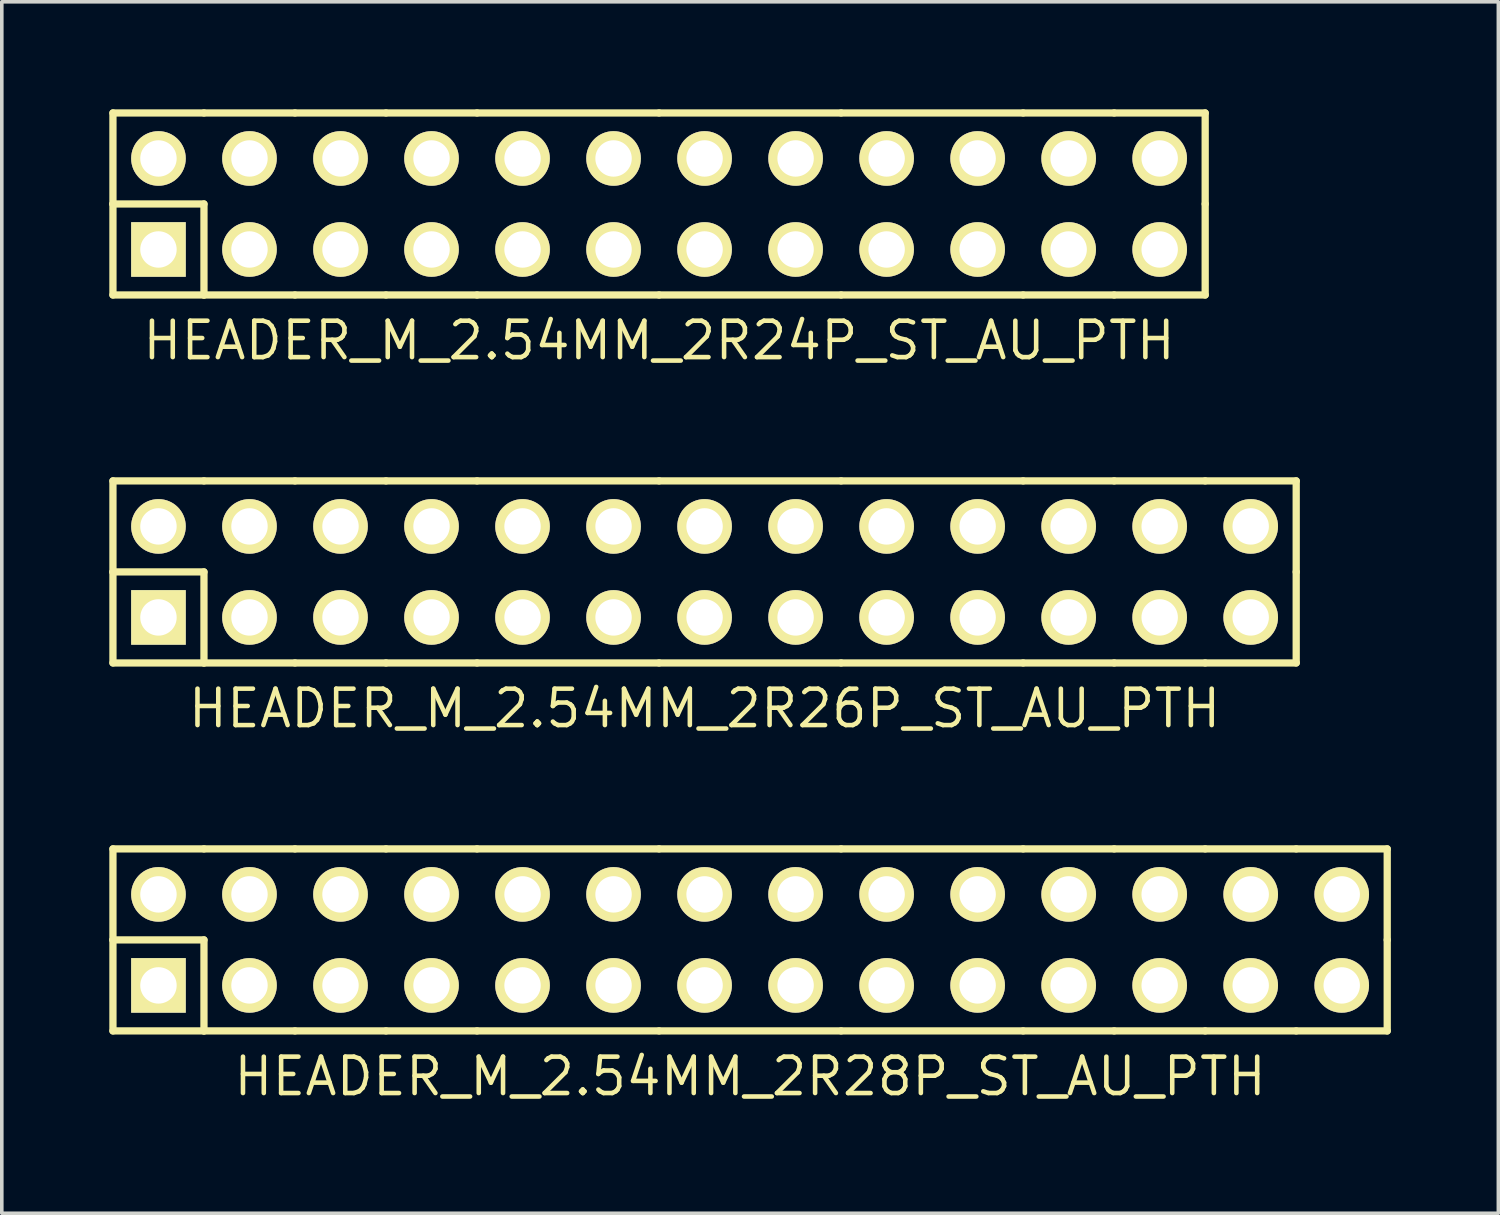
<source format=kicad_pcb>
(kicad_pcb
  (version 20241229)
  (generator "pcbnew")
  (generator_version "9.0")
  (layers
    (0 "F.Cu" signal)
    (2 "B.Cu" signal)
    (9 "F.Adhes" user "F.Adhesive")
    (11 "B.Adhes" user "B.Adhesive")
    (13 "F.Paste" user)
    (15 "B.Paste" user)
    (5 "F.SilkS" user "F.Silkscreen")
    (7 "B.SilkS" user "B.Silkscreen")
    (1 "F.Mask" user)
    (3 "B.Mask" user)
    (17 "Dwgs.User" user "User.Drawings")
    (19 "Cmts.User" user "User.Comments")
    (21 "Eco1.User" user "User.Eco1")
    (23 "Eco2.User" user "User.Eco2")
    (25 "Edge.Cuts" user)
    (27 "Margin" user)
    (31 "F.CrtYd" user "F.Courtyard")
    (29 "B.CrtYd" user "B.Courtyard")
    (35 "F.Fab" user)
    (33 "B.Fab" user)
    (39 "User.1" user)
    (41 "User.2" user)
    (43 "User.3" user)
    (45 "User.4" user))
  (footprint "HEADER_M_2.54MM_2R24P_ST_AU_PTH"
    (layer "F.Cu")
    (at 15.342 2.642)
    (property "Reference" "HEADER_M_2.54MM_2R24P_ST_AU_PTH" (at 0 3.81 0) (layer "F.SilkS") (effects (font (size 1.016 1.016) (thickness 0.127))))
    (attr through_hole)
    (fp_line (start -15.24 -2.54) (end -12.7 -2.54) (stroke (width 0.203) (type solid)) (layer "F.SilkS"))
    (fp_line (start -15.24 0) (end -15.24 -2.54) (stroke (width 0.203) (type solid)) (layer "F.SilkS"))
    (fp_line (start -15.24 0) (end -12.7 0) (stroke (width 0.203) (type solid)) (layer "F.SilkS"))
    (fp_line (start -15.24 2.54) (end -15.24 0) (stroke (width 0.203) (type solid)) (layer "F.SilkS"))
    (fp_line (start -15.24 2.54) (end -12.7 2.54) (stroke (width 0.203) (type solid)) (layer "F.SilkS"))
    (fp_line (start -12.7 -2.54) (end -10.16 -2.54) (stroke (width 0.203) (type solid)) (layer "F.SilkS"))
    (fp_line (start -12.7 0) (end -12.7 2.54) (stroke (width 0.203) (type solid)) (layer "F.SilkS"))
    (fp_line (start -12.7 2.54) (end -10.16 2.54) (stroke (width 0.203) (type solid)) (layer "F.SilkS"))
    (fp_line (start -10.16 -2.54) (end -7.62 -2.54) (stroke (width 0.203) (type solid)) (layer "F.SilkS"))
    (fp_line (start -10.16 2.54) (end -7.62 2.54) (stroke (width 0.203) (type solid)) (layer "F.SilkS"))
    (fp_line (start -7.62 -2.54) (end -5.08 -2.54) (stroke (width 0.203) (type solid)) (layer "F.SilkS"))
    (fp_line (start -7.62 2.54) (end -5.08 2.54) (stroke (width 0.203) (type solid)) (layer "F.SilkS"))
    (fp_line (start -5.08 -2.54) (end 0 -2.54) (stroke (width 0.203) (type solid)) (layer "F.SilkS"))
    (fp_line (start -5.08 2.54) (end 0 2.54) (stroke (width 0.203) (type solid)) (layer "F.SilkS"))
    (fp_line (start 0 -2.54) (end 5.08 -2.54) (stroke (width 0.203) (type solid)) (layer "F.SilkS"))
    (fp_line (start 0 2.54) (end 5.08 2.54) (stroke (width 0.203) (type solid)) (layer "F.SilkS"))
    (fp_line (start 5.08 -2.54) (end 10.16 -2.54) (stroke (width 0.203) (type solid)) (layer "F.SilkS"))
    (fp_line (start 5.08 2.54) (end 10.16 2.54) (stroke (width 0.203) (type solid)) (layer "F.SilkS"))
    (fp_line (start 10.16 -2.54) (end 12.7 -2.54) (stroke (width 0.203) (type solid)) (layer "F.SilkS"))
    (fp_line (start 10.16 2.54) (end 12.7 2.54) (stroke (width 0.203) (type solid)) (layer "F.SilkS"))
    (fp_line (start 12.7 -2.54) (end 15.24 -2.54) (stroke (width 0.203) (type solid)) (layer "F.SilkS"))
    (fp_line (start 12.7 2.54) (end 15.24 2.54) (stroke (width 0.203) (type solid)) (layer "F.SilkS"))
    (fp_line (start 15.24 -2.54) (end 15.24 0) (stroke (width 0.203) (type solid)) (layer "F.SilkS"))
    (fp_line (start 15.24 0) (end 15.24 2.54) (stroke (width 0.203) (type solid)) (layer "F.SilkS"))
    (pad "1" thru_hole rect (at -13.97 1.27) (size 1.524 1.524) (drill 1.016) (layers "*.Cu" "*.Mask" "F.SilkS"))
    (pad "2" thru_hole circle (at -13.97 -1.27) (size 1.524 1.524) (drill 1.016) (layers "*.Cu" "*.Mask" "F.SilkS"))
    (pad "3" thru_hole circle (at -11.43 -1.27) (size 1.524 1.524) (drill 1.016) (layers "*.Cu" "*.Mask" "F.SilkS"))
    (pad "4" thru_hole circle (at -11.43 1.27) (size 1.524 1.524) (drill 1.016) (layers "*.Cu" "*.Mask" "F.SilkS"))
    (pad "5" thru_hole circle (at -8.89 1.27) (size 1.524 1.524) (drill 1.016) (layers "*.Cu" "*.Mask" "F.SilkS"))
    (pad "6" thru_hole circle (at -8.89 -1.27) (size 1.524 1.524) (drill 1.016) (layers "*.Cu" "*.Mask" "F.SilkS"))
    (pad "7" thru_hole circle (at -6.35 1.27) (size 1.524 1.524) (drill 1.016) (layers "*.Cu" "*.Mask" "F.SilkS"))
    (pad "8" thru_hole circle (at -6.35 -1.27) (size 1.524 1.524) (drill 1.016) (layers "*.Cu" "*.Mask" "F.SilkS"))
    (pad "9" thru_hole circle (at -3.81 1.27) (size 1.524 1.524) (drill 1.016) (layers "*.Cu" "*.Mask" "F.SilkS"))
    (pad "10" thru_hole circle (at -3.81 -1.27) (size 1.524 1.524) (drill 1.016) (layers "*.Cu" "*.Mask" "F.SilkS"))
    (pad "11" thru_hole circle (at -1.27 1.27) (size 1.524 1.524) (drill 1.016) (layers "*.Cu" "*.Mask" "F.SilkS"))
    (pad "12" thru_hole circle (at -1.27 -1.27) (size 1.524 1.524) (drill 1.016) (layers "*.Cu" "*.Mask" "F.SilkS"))
    (pad "13" thru_hole circle (at 1.27 1.27) (size 1.524 1.524) (drill 1.016) (layers "*.Cu" "*.Mask" "F.SilkS"))
    (pad "14" thru_hole circle (at 1.27 -1.27) (size 1.524 1.524) (drill 1.016) (layers "*.Cu" "*.Mask" "F.SilkS"))
    (pad "15" thru_hole circle (at 3.81 1.27) (size 1.524 1.524) (drill 1.016) (layers "*.Cu" "*.Mask" "F.SilkS"))
    (pad "16" thru_hole circle (at 3.81 -1.27) (size 1.524 1.524) (drill 1.016) (layers "*.Cu" "*.Mask" "F.SilkS"))
    (pad "17" thru_hole circle (at 6.35 1.27) (size 1.524 1.524) (drill 1.016) (layers "*.Cu" "*.Mask" "F.SilkS"))
    (pad "18" thru_hole circle (at 6.35 -1.27) (size 1.524 1.524) (drill 1.016) (layers "*.Cu" "*.Mask" "F.SilkS"))
    (pad "19" thru_hole circle (at 8.89 1.27) (size 1.524 1.524) (drill 1.016) (layers "*.Cu" "*.Mask" "F.SilkS"))
    (pad "20" thru_hole circle (at 8.89 -1.27) (size 1.524 1.524) (drill 1.016) (layers "*.Cu" "*.Mask" "F.SilkS"))
    (pad "21" thru_hole circle (at 11.43 1.27) (size 1.524 1.524) (drill 1.016) (layers "*.Cu" "*.Mask" "F.SilkS"))
    (pad "22" thru_hole circle (at 11.43 -1.27) (size 1.524 1.524) (drill 1.016) (layers "*.Cu" "*.Mask" "F.SilkS"))
    (pad "23" thru_hole circle (at 13.97 1.27) (size 1.524 1.524) (drill 1.016) (layers "*.Cu" "*.Mask" "F.SilkS"))
    (pad "24" thru_hole circle (at 13.97 -1.27) (size 1.524 1.524) (drill 1.016) (layers "*.Cu" "*.Mask" "F.SilkS")))
  (footprint "HEADER_M_2.54MM_2R28P_ST_AU_PTH"
    (layer "F.Cu")
    (at 17.882 23.179)
    (property "Reference" "HEADER_M_2.54MM_2R28P_ST_AU_PTH" (at 0 3.81 0) (layer "F.SilkS") (effects (font (size 1.016 1.016) (thickness 0.127))))
    (attr through_hole)
    (fp_line (start -17.78 -2.54) (end -15.24 -2.54) (stroke (width 0.203) (type solid)) (layer "F.SilkS"))
    (fp_line (start -17.78 0) (end -17.78 -2.54) (stroke (width 0.203) (type solid)) (layer "F.SilkS"))
    (fp_line (start -17.78 0) (end -15.24 0) (stroke (width 0.203) (type solid)) (layer "F.SilkS"))
    (fp_line (start -17.78 2.54) (end -17.78 0) (stroke (width 0.203) (type solid)) (layer "F.SilkS"))
    (fp_line (start -17.78 2.54) (end -15.24 2.54) (stroke (width 0.203) (type solid)) (layer "F.SilkS"))
    (fp_line (start -15.24 -2.54) (end -12.7 -2.54) (stroke (width 0.203) (type solid)) (layer "F.SilkS"))
    (fp_line (start -15.24 0) (end -15.24 2.54) (stroke (width 0.203) (type solid)) (layer "F.SilkS"))
    (fp_line (start -15.24 2.54) (end -12.7 2.54) (stroke (width 0.203) (type solid)) (layer "F.SilkS"))
    (fp_line (start -12.7 -2.54) (end -10.16 -2.54) (stroke (width 0.203) (type solid)) (layer "F.SilkS"))
    (fp_line (start -12.7 2.54) (end -10.16 2.54) (stroke (width 0.203) (type solid)) (layer "F.SilkS"))
    (fp_line (start -10.16 -2.54) (end -7.62 -2.54) (stroke (width 0.203) (type solid)) (layer "F.SilkS"))
    (fp_line (start -10.16 2.54) (end -7.62 2.54) (stroke (width 0.203) (type solid)) (layer "F.SilkS"))
    (fp_line (start -7.62 -2.54) (end -2.54 -2.54) (stroke (width 0.203) (type solid)) (layer "F.SilkS"))
    (fp_line (start -7.62 2.54) (end -2.54 2.54) (stroke (width 0.203) (type solid)) (layer "F.SilkS"))
    (fp_line (start -2.54 -2.54) (end 2.54 -2.54) (stroke (width 0.203) (type solid)) (layer "F.SilkS"))
    (fp_line (start -2.54 2.54) (end 2.54 2.54) (stroke (width 0.203) (type solid)) (layer "F.SilkS"))
    (fp_line (start 2.54 -2.54) (end 7.62 -2.54) (stroke (width 0.203) (type solid)) (layer "F.SilkS"))
    (fp_line (start 2.54 2.54) (end 7.62 2.54) (stroke (width 0.203) (type solid)) (layer "F.SilkS"))
    (fp_line (start 7.62 -2.54) (end 10.16 -2.54) (stroke (width 0.203) (type solid)) (layer "F.SilkS"))
    (fp_line (start 7.62 2.54) (end 10.16 2.54) (stroke (width 0.203) (type solid)) (layer "F.SilkS"))
    (fp_line (start 10.16 -2.54) (end 12.7 -2.54) (stroke (width 0.203) (type solid)) (layer "F.SilkS"))
    (fp_line (start 10.16 2.54) (end 12.7 2.54) (stroke (width 0.203) (type solid)) (layer "F.SilkS"))
    (fp_line (start 12.7 -2.54) (end 15.24 -2.54) (stroke (width 0.203) (type solid)) (layer "F.SilkS"))
    (fp_line (start 12.7 2.54) (end 15.24 2.54) (stroke (width 0.203) (type solid)) (layer "F.SilkS"))
    (fp_line (start 15.24 -2.54) (end 17.78 -2.54) (stroke (width 0.203) (type solid)) (layer "F.SilkS"))
    (fp_line (start 15.24 2.54) (end 17.78 2.54) (stroke (width 0.203) (type solid)) (layer "F.SilkS"))
    (fp_line (start 17.78 -2.54) (end 17.78 0) (stroke (width 0.203) (type solid)) (layer "F.SilkS"))
    (fp_line (start 17.78 0) (end 17.78 2.54) (stroke (width 0.203) (type solid)) (layer "F.SilkS"))
    (pad "1" thru_hole rect (at -16.51 1.27) (size 1.524 1.524) (drill 1.016) (layers "*.Cu" "*.Mask" "F.SilkS"))
    (pad "2" thru_hole circle (at -16.51 -1.27) (size 1.524 1.524) (drill 1.016) (layers "*.Cu" "*.Mask" "F.SilkS"))
    (pad "3" thru_hole circle (at -13.97 -1.27) (size 1.524 1.524) (drill 1.016) (layers "*.Cu" "*.Mask" "F.SilkS"))
    (pad "4" thru_hole circle (at -13.97 1.27) (size 1.524 1.524) (drill 1.016) (layers "*.Cu" "*.Mask" "F.SilkS"))
    (pad "5" thru_hole circle (at -11.43 1.27) (size 1.524 1.524) (drill 1.016) (layers "*.Cu" "*.Mask" "F.SilkS"))
    (pad "6" thru_hole circle (at -11.43 -1.27) (size 1.524 1.524) (drill 1.016) (layers "*.Cu" "*.Mask" "F.SilkS"))
    (pad "7" thru_hole circle (at -8.89 1.27) (size 1.524 1.524) (drill 1.016) (layers "*.Cu" "*.Mask" "F.SilkS"))
    (pad "8" thru_hole circle (at -8.89 -1.27) (size 1.524 1.524) (drill 1.016) (layers "*.Cu" "*.Mask" "F.SilkS"))
    (pad "9" thru_hole circle (at -6.35 1.27) (size 1.524 1.524) (drill 1.016) (layers "*.Cu" "*.Mask" "F.SilkS"))
    (pad "10" thru_hole circle (at -6.35 -1.27) (size 1.524 1.524) (drill 1.016) (layers "*.Cu" "*.Mask" "F.SilkS"))
    (pad "11" thru_hole circle (at -3.81 1.27) (size 1.524 1.524) (drill 1.016) (layers "*.Cu" "*.Mask" "F.SilkS"))
    (pad "12" thru_hole circle (at -3.81 -1.27) (size 1.524 1.524) (drill 1.016) (layers "*.Cu" "*.Mask" "F.SilkS"))
    (pad "13" thru_hole circle (at -1.27 1.27) (size 1.524 1.524) (drill 1.016) (layers "*.Cu" "*.Mask" "F.SilkS"))
    (pad "14" thru_hole circle (at -1.27 -1.27) (size 1.524 1.524) (drill 1.016) (layers "*.Cu" "*.Mask" "F.SilkS"))
    (pad "15" thru_hole circle (at 1.27 1.27) (size 1.524 1.524) (drill 1.016) (layers "*.Cu" "*.Mask" "F.SilkS"))
    (pad "16" thru_hole circle (at 1.27 -1.27) (size 1.524 1.524) (drill 1.016) (layers "*.Cu" "*.Mask" "F.SilkS"))
    (pad "17" thru_hole circle (at 3.81 1.27) (size 1.524 1.524) (drill 1.016) (layers "*.Cu" "*.Mask" "F.SilkS"))
    (pad "18" thru_hole circle (at 3.81 -1.27) (size 1.524 1.524) (drill 1.016) (layers "*.Cu" "*.Mask" "F.SilkS"))
    (pad "19" thru_hole circle (at 6.35 1.27) (size 1.524 1.524) (drill 1.016) (layers "*.Cu" "*.Mask" "F.SilkS"))
    (pad "20" thru_hole circle (at 6.35 -1.27) (size 1.524 1.524) (drill 1.016) (layers "*.Cu" "*.Mask" "F.SilkS"))
    (pad "21" thru_hole circle (at 8.89 1.27) (size 1.524 1.524) (drill 1.016) (layers "*.Cu" "*.Mask" "F.SilkS"))
    (pad "22" thru_hole circle (at 8.89 -1.27) (size 1.524 1.524) (drill 1.016) (layers "*.Cu" "*.Mask" "F.SilkS"))
    (pad "23" thru_hole circle (at 11.43 1.27) (size 1.524 1.524) (drill 1.016) (layers "*.Cu" "*.Mask" "F.SilkS"))
    (pad "24" thru_hole circle (at 11.43 -1.27) (size 1.524 1.524) (drill 1.016) (layers "*.Cu" "*.Mask" "F.SilkS"))
    (pad "25" thru_hole circle (at 13.97 1.27) (size 1.524 1.524) (drill 1.016) (layers "*.Cu" "*.Mask" "F.SilkS"))
    (pad "26" thru_hole circle (at 13.97 -1.27) (size 1.524 1.524) (drill 1.016) (layers "*.Cu" "*.Mask" "F.SilkS"))
    (pad "27" thru_hole circle (at 16.51 1.27) (size 1.524 1.524) (drill 1.016) (layers "*.Cu" "*.Mask" "F.SilkS"))
    (pad "28" thru_hole circle (at 16.51 -1.27) (size 1.524 1.524) (drill 1.016) (layers "*.Cu" "*.Mask" "F.SilkS")))
  (footprint "HEADER_M_2.54MM_2R26P_ST_AU_PTH"
    (layer "F.Cu")
    (at 16.612 12.91)
    (property "Reference" "HEADER_M_2.54MM_2R26P_ST_AU_PTH" (at 0 3.81 0) (layer "F.SilkS") (effects (font (size 1.016 1.016) (thickness 0.127))))
    (attr through_hole)
    (fp_line (start -16.51 -2.54) (end -13.97 -2.54) (stroke (width 0.203) (type solid)) (layer "F.SilkS"))
    (fp_line (start -16.51 0) (end -16.51 -2.54) (stroke (width 0.203) (type solid)) (layer "F.SilkS"))
    (fp_line (start -16.51 0) (end -13.97 0) (stroke (width 0.203) (type solid)) (layer "F.SilkS"))
    (fp_line (start -16.51 2.54) (end -16.51 0) (stroke (width 0.203) (type solid)) (layer "F.SilkS"))
    (fp_line (start -16.51 2.54) (end -13.97 2.54) (stroke (width 0.203) (type solid)) (layer "F.SilkS"))
    (fp_line (start -13.97 -2.54) (end -11.43 -2.54) (stroke (width 0.203) (type solid)) (layer "F.SilkS"))
    (fp_line (start -13.97 0) (end -13.97 2.54) (stroke (width 0.203) (type solid)) (layer "F.SilkS"))
    (fp_line (start -13.97 2.54) (end -11.43 2.54) (stroke (width 0.203) (type solid)) (layer "F.SilkS"))
    (fp_line (start -11.43 -2.54) (end -8.89 -2.54) (stroke (width 0.203) (type solid)) (layer "F.SilkS"))
    (fp_line (start -11.43 2.54) (end -8.89 2.54) (stroke (width 0.203) (type solid)) (layer "F.SilkS"))
    (fp_line (start -8.89 -2.54) (end -6.35 -2.54) (stroke (width 0.203) (type solid)) (layer "F.SilkS"))
    (fp_line (start -8.89 2.54) (end -6.35 2.54) (stroke (width 0.203) (type solid)) (layer "F.SilkS"))
    (fp_line (start -6.35 -2.54) (end -1.27 -2.54) (stroke (width 0.203) (type solid)) (layer "F.SilkS"))
    (fp_line (start -6.35 2.54) (end -1.27 2.54) (stroke (width 0.203) (type solid)) (layer "F.SilkS"))
    (fp_line (start -1.27 -2.54) (end 3.81 -2.54) (stroke (width 0.203) (type solid)) (layer "F.SilkS"))
    (fp_line (start -1.27 2.54) (end 3.81 2.54) (stroke (width 0.203) (type solid)) (layer "F.SilkS"))
    (fp_line (start 3.81 -2.54) (end 8.89 -2.54) (stroke (width 0.203) (type solid)) (layer "F.SilkS"))
    (fp_line (start 3.81 2.54) (end 8.89 2.54) (stroke (width 0.203) (type solid)) (layer "F.SilkS"))
    (fp_line (start 8.89 -2.54) (end 11.43 -2.54) (stroke (width 0.203) (type solid)) (layer "F.SilkS"))
    (fp_line (start 8.89 2.54) (end 11.43 2.54) (stroke (width 0.203) (type solid)) (layer "F.SilkS"))
    (fp_line (start 11.43 -2.54) (end 13.97 -2.54) (stroke (width 0.203) (type solid)) (layer "F.SilkS"))
    (fp_line (start 11.43 2.54) (end 13.97 2.54) (stroke (width 0.203) (type solid)) (layer "F.SilkS"))
    (fp_line (start 13.97 -2.54) (end 16.51 -2.54) (stroke (width 0.203) (type solid)) (layer "F.SilkS"))
    (fp_line (start 13.97 2.54) (end 16.51 2.54) (stroke (width 0.203) (type solid)) (layer "F.SilkS"))
    (fp_line (start 16.51 -2.54) (end 16.51 0) (stroke (width 0.203) (type solid)) (layer "F.SilkS"))
    (fp_line (start 16.51 0) (end 16.51 2.54) (stroke (width 0.203) (type solid)) (layer "F.SilkS"))
    (pad "1" thru_hole rect (at -15.24 1.27) (size 1.524 1.524) (drill 1.016) (layers "*.Cu" "*.Mask" "F.SilkS"))
    (pad "2" thru_hole circle (at -15.24 -1.27) (size 1.524 1.524) (drill 1.016) (layers "*.Cu" "*.Mask" "F.SilkS"))
    (pad "3" thru_hole circle (at -12.7 -1.27) (size 1.524 1.524) (drill 1.016) (layers "*.Cu" "*.Mask" "F.SilkS"))
    (pad "4" thru_hole circle (at -12.7 1.27) (size 1.524 1.524) (drill 1.016) (layers "*.Cu" "*.Mask" "F.SilkS"))
    (pad "5" thru_hole circle (at -10.16 1.27) (size 1.524 1.524) (drill 1.016) (layers "*.Cu" "*.Mask" "F.SilkS"))
    (pad "6" thru_hole circle (at -10.16 -1.27) (size 1.524 1.524) (drill 1.016) (layers "*.Cu" "*.Mask" "F.SilkS"))
    (pad "7" thru_hole circle (at -7.62 1.27) (size 1.524 1.524) (drill 1.016) (layers "*.Cu" "*.Mask" "F.SilkS"))
    (pad "8" thru_hole circle (at -7.62 -1.27) (size 1.524 1.524) (drill 1.016) (layers "*.Cu" "*.Mask" "F.SilkS"))
    (pad "9" thru_hole circle (at -5.08 1.27) (size 1.524 1.524) (drill 1.016) (layers "*.Cu" "*.Mask" "F.SilkS"))
    (pad "10" thru_hole circle (at -5.08 -1.27) (size 1.524 1.524) (drill 1.016) (layers "*.Cu" "*.Mask" "F.SilkS"))
    (pad "11" thru_hole circle (at -2.54 1.27) (size 1.524 1.524) (drill 1.016) (layers "*.Cu" "*.Mask" "F.SilkS"))
    (pad "12" thru_hole circle (at -2.54 -1.27) (size 1.524 1.524) (drill 1.016) (layers "*.Cu" "*.Mask" "F.SilkS"))
    (pad "13" thru_hole circle (at 0 1.27) (size 1.524 1.524) (drill 1.016) (layers "*.Cu" "*.Mask" "F.SilkS"))
    (pad "14" thru_hole circle (at 0 -1.27) (size 1.524 1.524) (drill 1.016) (layers "*.Cu" "*.Mask" "F.SilkS"))
    (pad "15" thru_hole circle (at 2.54 1.27) (size 1.524 1.524) (drill 1.016) (layers "*.Cu" "*.Mask" "F.SilkS"))
    (pad "16" thru_hole circle (at 2.54 -1.27) (size 1.524 1.524) (drill 1.016) (layers "*.Cu" "*.Mask" "F.SilkS"))
    (pad "17" thru_hole circle (at 5.08 1.27) (size 1.524 1.524) (drill 1.016) (layers "*.Cu" "*.Mask" "F.SilkS"))
    (pad "18" thru_hole circle (at 5.08 -1.27) (size 1.524 1.524) (drill 1.016) (layers "*.Cu" "*.Mask" "F.SilkS"))
    (pad "19" thru_hole circle (at 7.62 1.27) (size 1.524 1.524) (drill 1.016) (layers "*.Cu" "*.Mask" "F.SilkS"))
    (pad "20" thru_hole circle (at 7.62 -1.27) (size 1.524 1.524) (drill 1.016) (layers "*.Cu" "*.Mask" "F.SilkS"))
    (pad "21" thru_hole circle (at 10.16 1.27) (size 1.524 1.524) (drill 1.016) (layers "*.Cu" "*.Mask" "F.SilkS"))
    (pad "22" thru_hole circle (at 10.16 -1.27) (size 1.524 1.524) (drill 1.016) (layers "*.Cu" "*.Mask" "F.SilkS"))
    (pad "23" thru_hole circle (at 12.7 1.27) (size 1.524 1.524) (drill 1.016) (layers "*.Cu" "*.Mask" "F.SilkS"))
    (pad "24" thru_hole circle (at 12.7 -1.27) (size 1.524 1.524) (drill 1.016) (layers "*.Cu" "*.Mask" "F.SilkS"))
    (pad "25" thru_hole circle (at 15.24 1.27) (size 1.524 1.524) (drill 1.016) (layers "*.Cu" "*.Mask" "F.SilkS"))
    (pad "26" thru_hole circle (at 15.24 -1.27) (size 1.524 1.524) (drill 1.016) (layers "*.Cu" "*.Mask" "F.SilkS")))
  (gr_rect
    (start -3 -3)
    (end 38.763 30.807)
    (stroke (width 0.1) (type default))
    (fill no)
    (layer "Edge.Cuts")))
</source>
